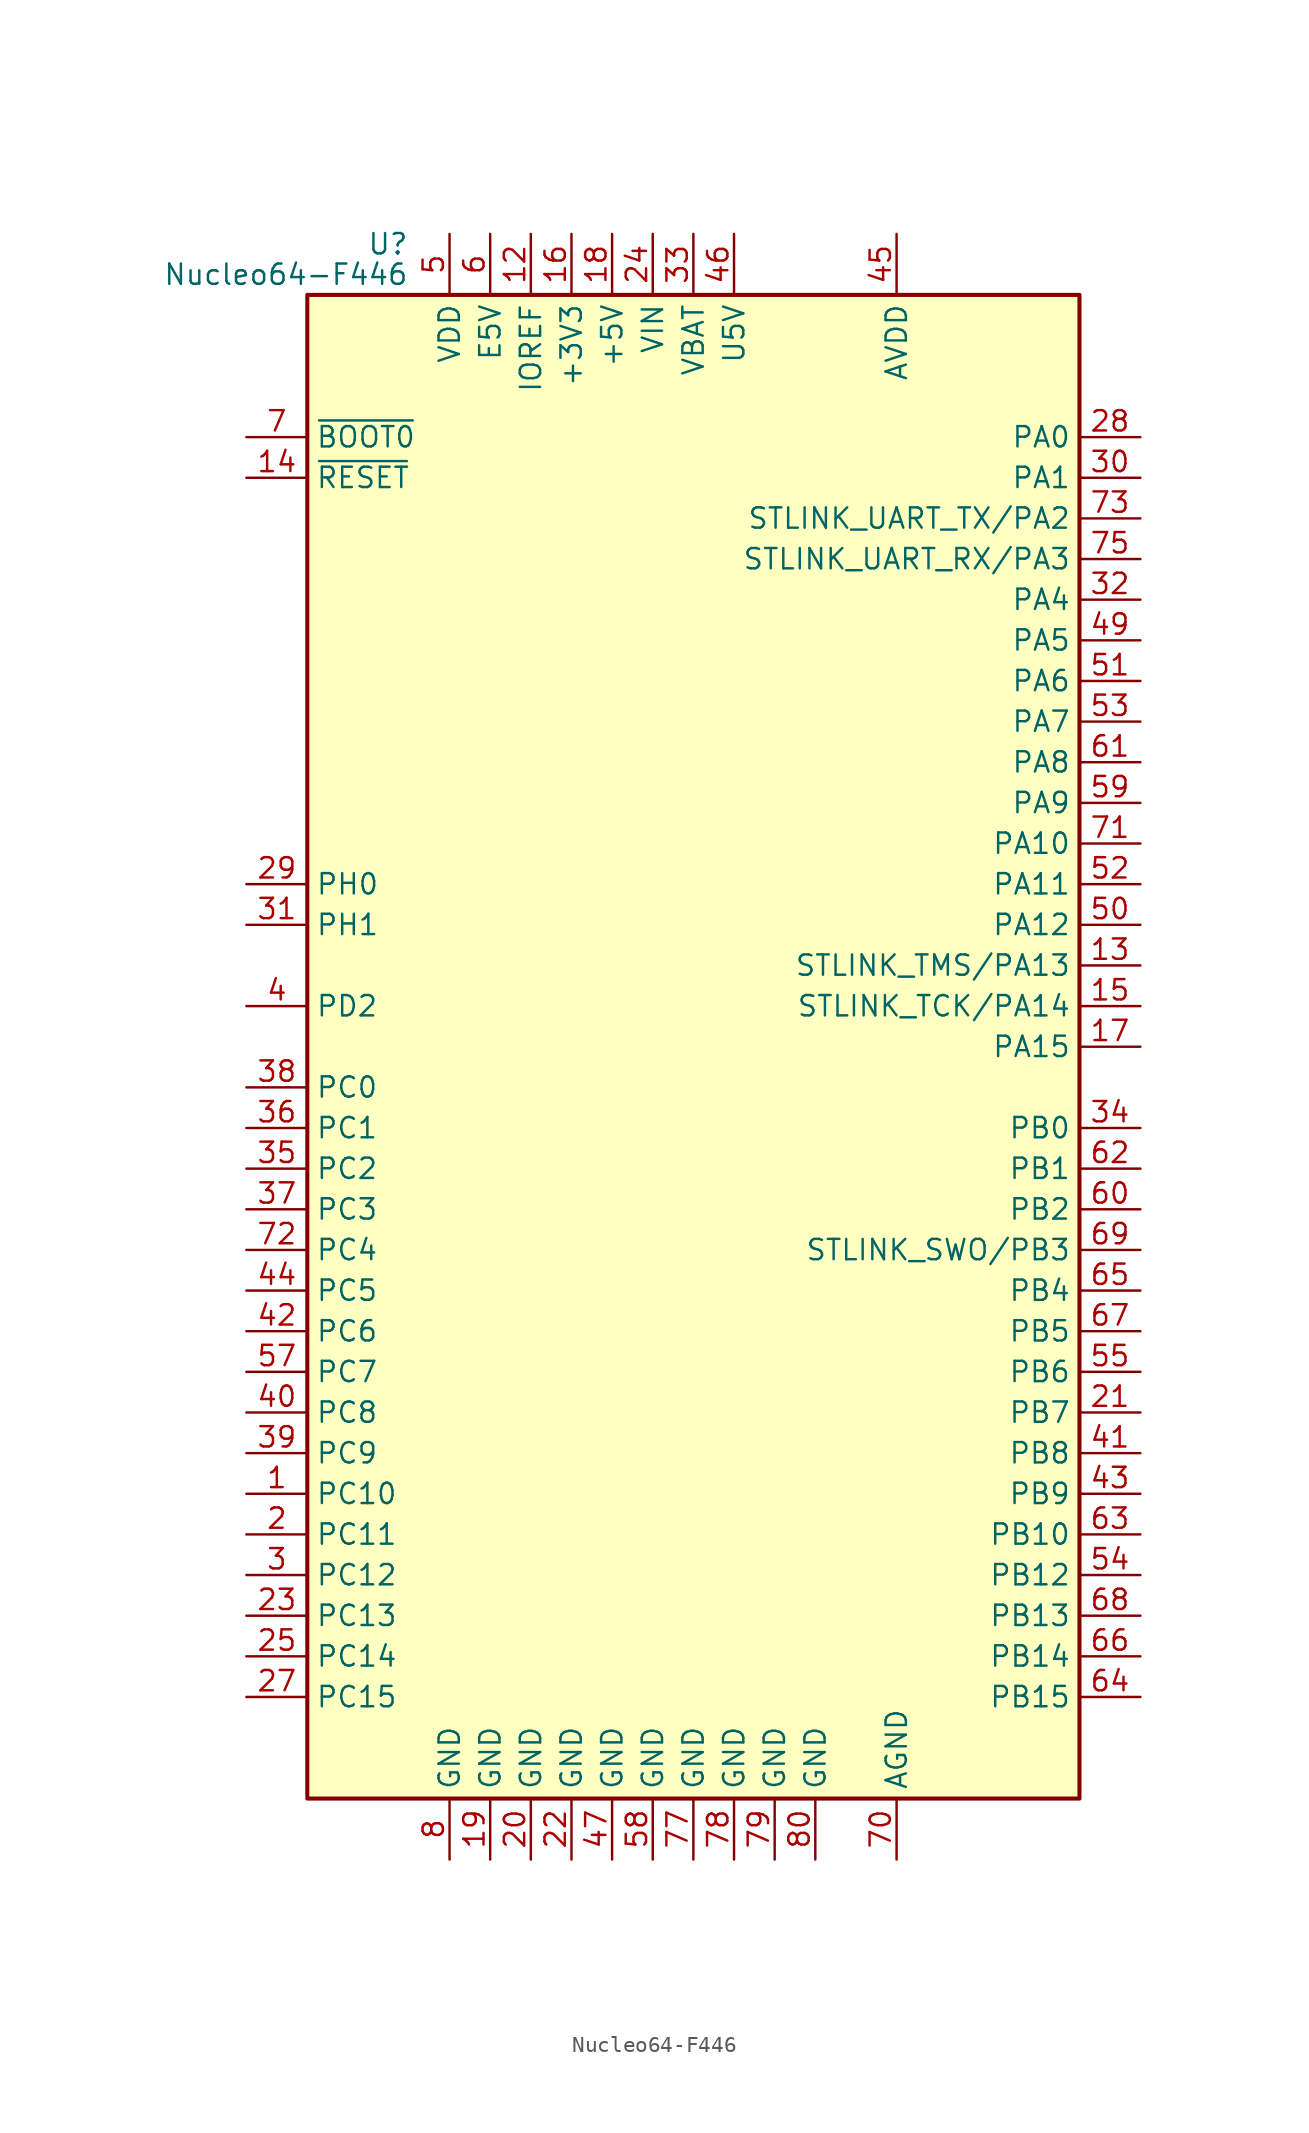
<source format=kicad_sym>
(kicad_symbol_lib
  (version 20211014)
  (generator kicad_symbol_editor)
  (symbol "Nucleo64-F446"
    (property "Reference" "U"
      (at -17.78 50.165 0)
      (effects (font (size 1.27 1.27)) (justify right)))
    (property "Value" "Nucleo64-F446"
      (at -17.78 48.26 0)
      (effects (font (size 1.27 1.27)) (justify right)))
    (symbol "Nucleo64-F446_0_1"
      (rectangle (start -24.13 -46.99) (end 24.13 46.99) (stroke (width 0.254) (type default) (color 0 0 0 0)) (fill (type background))))
    (symbol "Nucleo64-F446_1_1"
      (pin bidirectional line (at -27.94 -27.94 0) (length 3.81) (name "PC10" (effects (font (size 1.27 1.27)))) (number "1" (effects (font (size 1.27 1.27)))))
      (pin no_connect line (at -27.94 20.32 0) (length 3.81) hide (name "NC" (effects (font (size 1.27 1.27)))) (number "10" (effects (font (size 1.27 1.27)))))
      (pin no_connect line (at -27.94 15.24 0) (length 3.81) hide (name "NC" (effects (font (size 1.27 1.27)))) (number "11" (effects (font (size 1.27 1.27)))))
      (pin power_in line (at -10.16 50.8 270) (length 3.81) (name "IOREF" (effects (font (size 1.27 1.27)))) (number "12" (effects (font (size 1.27 1.27)))))
      (pin bidirectional line (at 27.94 5.08 180) (length 3.81) (name "STLINK_TMS/PA13" (effects (font (size 1.27 1.27)))) (number "13" (effects (font (size 1.27 1.27)))))
      (pin input line (at -27.94 35.56 0) (length 3.81) (name "~{RESET}" (effects (font (size 1.27 1.27)))) (number "14" (effects (font (size 1.27 1.27)))))
      (pin bidirectional line (at 27.94 2.54 180) (length 3.81) (name "STLINK_TCK/PA14" (effects (font (size 1.27 1.27)))) (number "15" (effects (font (size 1.27 1.27)))))
      (pin power_in line (at -7.62 50.8 270) (length 3.81) (name "+3V3" (effects (font (size 1.27 1.27)))) (number "16" (effects (font (size 1.27 1.27)))))
      (pin bidirectional line (at 27.94 0 180) (length 3.81) (name "PA15" (effects (font (size 1.27 1.27)))) (number "17" (effects (font (size 1.27 1.27)))))
      (pin power_in line (at -5.08 50.8 270) (length 3.81) (name "+5V" (effects (font (size 1.27 1.27)))) (number "18" (effects (font (size 1.27 1.27)))))
      (pin power_in line (at -12.7 -50.8 90) (length 3.81) (name "GND" (effects (font (size 1.27 1.27)))) (number "19" (effects (font (size 1.27 1.27)))))
      (pin bidirectional line (at -27.94 -30.48 0) (length 3.81) (name "PC11" (effects (font (size 1.27 1.27)))) (number "2" (effects (font (size 1.27 1.27)))))
      (pin power_in line (at -10.16 -50.8 90) (length 3.81) (name "GND" (effects (font (size 1.27 1.27)))) (number "20" (effects (font (size 1.27 1.27)))))
      (pin bidirectional line (at 27.94 -22.86 180) (length 3.81) (name "PB7" (effects (font (size 1.27 1.27)))) (number "21" (effects (font (size 1.27 1.27)))))
      (pin power_in line (at -7.62 -50.8 90) (length 3.81) (name "GND" (effects (font (size 1.27 1.27)))) (number "22" (effects (font (size 1.27 1.27)))))
      (pin bidirectional line (at -27.94 -35.56 0) (length 3.81) (name "PC13" (effects (font (size 1.27 1.27)))) (number "23" (effects (font (size 1.27 1.27)))))
      (pin power_in line (at -2.54 50.8 270) (length 3.81) (name "VIN" (effects (font (size 1.27 1.27)))) (number "24" (effects (font (size 1.27 1.27)))))
      (pin bidirectional line (at -27.94 -38.1 0) (length 3.81) (name "PC14" (effects (font (size 1.27 1.27)))) (number "25" (effects (font (size 1.27 1.27)))))
      (pin no_connect line (at -27.94 22.86 0) (length 3.81) hide (name "NC" (effects (font (size 1.27 1.27)))) (number "26" (effects (font (size 1.27 1.27)))))
      (pin bidirectional line (at -27.94 -40.64 0) (length 3.81) (name "PC15" (effects (font (size 1.27 1.27)))) (number "27" (effects (font (size 1.27 1.27)))))
      (pin bidirectional line (at 27.94 38.1 180) (length 3.81) (name "PA0" (effects (font (size 1.27 1.27)))) (number "28" (effects (font (size 1.27 1.27)))))
      (pin bidirectional line (at -27.94 10.16 0) (length 3.81) (name "PH0" (effects (font (size 1.27 1.27)))) (number "29" (effects (font (size 1.27 1.27)))))
      (pin bidirectional line (at -27.94 -33.02 0) (length 3.81) (name "PC12" (effects (font (size 1.27 1.27)))) (number "3" (effects (font (size 1.27 1.27)))))
      (pin bidirectional line (at 27.94 35.56 180) (length 3.81) (name "PA1" (effects (font (size 1.27 1.27)))) (number "30" (effects (font (size 1.27 1.27)))))
      (pin bidirectional line (at -27.94 7.62 0) (length 3.81) (name "PH1" (effects (font (size 1.27 1.27)))) (number "31" (effects (font (size 1.27 1.27)))))
      (pin bidirectional line (at 27.94 27.94 180) (length 3.81) (name "PA4" (effects (font (size 1.27 1.27)))) (number "32" (effects (font (size 1.27 1.27)))))
      (pin power_in line (at 0 50.8 270) (length 3.81) (name "VBAT" (effects (font (size 1.27 1.27)))) (number "33" (effects (font (size 1.27 1.27)))))
      (pin bidirectional line (at 27.94 -5.08 180) (length 3.81) (name "PB0" (effects (font (size 1.27 1.27)))) (number "34" (effects (font (size 1.27 1.27)))))
      (pin bidirectional line (at -27.94 -7.62 0) (length 3.81) (name "PC2" (effects (font (size 1.27 1.27)))) (number "35" (effects (font (size 1.27 1.27)))))
      (pin bidirectional line (at -27.94 -5.08 0) (length 3.81) (name "PC1" (effects (font (size 1.27 1.27)))) (number "36" (effects (font (size 1.27 1.27)))))
      (pin bidirectional line (at -27.94 -10.16 0) (length 3.81) (name "PC3" (effects (font (size 1.27 1.27)))) (number "37" (effects (font (size 1.27 1.27)))))
      (pin bidirectional line (at -27.94 -2.54 0) (length 3.81) (name "PC0" (effects (font (size 1.27 1.27)))) (number "38" (effects (font (size 1.27 1.27)))))
      (pin bidirectional line (at -27.94 -25.4 0) (length 3.81) (name "PC9" (effects (font (size 1.27 1.27)))) (number "39" (effects (font (size 1.27 1.27)))))
      (pin bidirectional line (at -27.94 2.54 0) (length 3.81) (name "PD2" (effects (font (size 1.27 1.27)))) (number "4" (effects (font (size 1.27 1.27)))))
      (pin bidirectional line (at -27.94 -22.86 0) (length 3.81) (name "PC8" (effects (font (size 1.27 1.27)))) (number "40" (effects (font (size 1.27 1.27)))))
      (pin bidirectional line (at 27.94 -25.4 180) (length 3.81) (name "PB8" (effects (font (size 1.27 1.27)))) (number "41" (effects (font (size 1.27 1.27)))))
      (pin bidirectional line (at -27.94 -17.78 0) (length 3.81) (name "PC6" (effects (font (size 1.27 1.27)))) (number "42" (effects (font (size 1.27 1.27)))))
      (pin bidirectional line (at 27.94 -27.94 180) (length 3.81) (name "PB9" (effects (font (size 1.27 1.27)))) (number "43" (effects (font (size 1.27 1.27)))))
      (pin bidirectional line (at -27.94 -15.24 0) (length 3.81) (name "PC5" (effects (font (size 1.27 1.27)))) (number "44" (effects (font (size 1.27 1.27)))))
      (pin power_in line (at 12.7 50.8 270) (length 3.81) (name "AVDD" (effects (font (size 1.27 1.27)))) (number "45" (effects (font (size 1.27 1.27)))))
      (pin power_in line (at 2.54 50.8 270) (length 3.81) (name "U5V" (effects (font (size 1.27 1.27)))) (number "46" (effects (font (size 1.27 1.27)))))
      (pin power_in line (at -5.08 -50.8 90) (length 3.81) (name "GND" (effects (font (size 1.27 1.27)))) (number "47" (effects (font (size 1.27 1.27)))))
      (pin no_connect line (at -27.94 25.4 0) (length 3.81) hide (name "NC" (effects (font (size 1.27 1.27)))) (number "48" (effects (font (size 1.27 1.27)))))
      (pin bidirectional line (at 27.94 25.4 180) (length 3.81) (name "PA5" (effects (font (size 1.27 1.27)))) (number "49" (effects (font (size 1.27 1.27)))))
      (pin power_in line (at -15.24 50.8 270) (length 3.81) (name "VDD" (effects (font (size 1.27 1.27)))) (number "5" (effects (font (size 1.27 1.27)))))
      (pin bidirectional line (at 27.94 7.62 180) (length 3.81) (name "PA12" (effects (font (size 1.27 1.27)))) (number "50" (effects (font (size 1.27 1.27)))))
      (pin bidirectional line (at 27.94 22.86 180) (length 3.81) (name "PA6" (effects (font (size 1.27 1.27)))) (number "51" (effects (font (size 1.27 1.27)))))
      (pin bidirectional line (at 27.94 10.16 180) (length 3.81) (name "PA11" (effects (font (size 1.27 1.27)))) (number "52" (effects (font (size 1.27 1.27)))))
      (pin bidirectional line (at 27.94 20.32 180) (length 3.81) (name "PA7" (effects (font (size 1.27 1.27)))) (number "53" (effects (font (size 1.27 1.27)))))
      (pin bidirectional line (at 27.94 -33.02 180) (length 3.81) (name "PB12" (effects (font (size 1.27 1.27)))) (number "54" (effects (font (size 1.27 1.27)))))
      (pin bidirectional line (at 27.94 -20.32 180) (length 3.81) (name "PB6" (effects (font (size 1.27 1.27)))) (number "55" (effects (font (size 1.27 1.27)))))
      (pin no_connect line (at -27.94 33.02 0) (length 3.81) hide (name "NC" (effects (font (size 1.27 1.27)))) (number "56" (effects (font (size 1.27 1.27)))))
      (pin bidirectional line (at -27.94 -20.32 0) (length 3.81) (name "PC7" (effects (font (size 1.27 1.27)))) (number "57" (effects (font (size 1.27 1.27)))))
      (pin power_in line (at -2.54 -50.8 90) (length 3.81) (name "GND" (effects (font (size 1.27 1.27)))) (number "58" (effects (font (size 1.27 1.27)))))
      (pin bidirectional line (at 27.94 15.24 180) (length 3.81) (name "PA9" (effects (font (size 1.27 1.27)))) (number "59" (effects (font (size 1.27 1.27)))))
      (pin power_in line (at -12.7 50.8 270) (length 3.81) (name "E5V" (effects (font (size 1.27 1.27)))) (number "6" (effects (font (size 1.27 1.27)))))
      (pin bidirectional line (at 27.94 -10.16 180) (length 3.81) (name "PB2" (effects (font (size 1.27 1.27)))) (number "60" (effects (font (size 1.27 1.27)))))
      (pin bidirectional line (at 27.94 17.78 180) (length 3.81) (name "PA8" (effects (font (size 1.27 1.27)))) (number "61" (effects (font (size 1.27 1.27)))))
      (pin bidirectional line (at 27.94 -7.62 180) (length 3.81) (name "PB1" (effects (font (size 1.27 1.27)))) (number "62" (effects (font (size 1.27 1.27)))))
      (pin bidirectional line (at 27.94 -30.48 180) (length 3.81) (name "PB10" (effects (font (size 1.27 1.27)))) (number "63" (effects (font (size 1.27 1.27)))))
      (pin bidirectional line (at 27.94 -40.64 180) (length 3.81) (name "PB15" (effects (font (size 1.27 1.27)))) (number "64" (effects (font (size 1.27 1.27)))))
      (pin bidirectional line (at 27.94 -15.24 180) (length 3.81) (name "PB4" (effects (font (size 1.27 1.27)))) (number "65" (effects (font (size 1.27 1.27)))))
      (pin bidirectional line (at 27.94 -38.1 180) (length 3.81) (name "PB14" (effects (font (size 1.27 1.27)))) (number "66" (effects (font (size 1.27 1.27)))))
      (pin bidirectional line (at 27.94 -17.78 180) (length 3.81) (name "PB5" (effects (font (size 1.27 1.27)))) (number "67" (effects (font (size 1.27 1.27)))))
      (pin bidirectional line (at 27.94 -35.56 180) (length 3.81) (name "PB13" (effects (font (size 1.27 1.27)))) (number "68" (effects (font (size 1.27 1.27)))))
      (pin bidirectional line (at 27.94 -12.7 180) (length 3.81) (name "STLINK_SWO/PB3" (effects (font (size 1.27 1.27)))) (number "69" (effects (font (size 1.27 1.27)))))
      (pin input line (at -27.94 38.1 0) (length 3.81) (name "~{BOOT0}" (effects (font (size 1.27 1.27)))) (number "7" (effects (font (size 1.27 1.27)))))
      (pin power_in line (at 12.7 -50.8 90) (length 3.81) (name "AGND" (effects (font (size 1.27 1.27)))) (number "70" (effects (font (size 1.27 1.27)))))
      (pin bidirectional line (at 27.94 12.7 180) (length 3.81) (name "PA10" (effects (font (size 1.27 1.27)))) (number "71" (effects (font (size 1.27 1.27)))))
      (pin bidirectional line (at -27.94 -12.7 0) (length 3.81) (name "PC4" (effects (font (size 1.27 1.27)))) (number "72" (effects (font (size 1.27 1.27)))))
      (pin bidirectional line (at 27.94 33.02 180) (length 3.81) (name "STLINK_UART_TX/PA2" (effects (font (size 1.27 1.27)))) (number "73" (effects (font (size 1.27 1.27)))))
      (pin no_connect line (at -27.94 30.48 0) (length 3.81) hide (name "NC" (effects (font (size 1.27 1.27)))) (number "74" (effects (font (size 1.27 1.27)))))
      (pin bidirectional line (at 27.94 30.48 180) (length 3.81) (name "STLINK_UART_RX/PA3" (effects (font (size 1.27 1.27)))) (number "75" (effects (font (size 1.27 1.27)))))
      (pin no_connect line (at -27.94 27.94 0) (length 3.81) hide (name "NC" (effects (font (size 1.27 1.27)))) (number "76" (effects (font (size 1.27 1.27)))))
      (pin power_in line (at 0 -50.8 90) (length 3.81) (name "GND" (effects (font (size 1.27 1.27)))) (number "77" (effects (font (size 1.27 1.27)))))
      (pin power_in line (at 2.54 -50.8 90) (length 3.81) (name "GND" (effects (font (size 1.27 1.27)))) (number "78" (effects (font (size 1.27 1.27)))))
      (pin power_in line (at 5.08 -50.8 90) (length 3.81) (name "GND" (effects (font (size 1.27 1.27)))) (number "79" (effects (font (size 1.27 1.27)))))
      (pin power_in line (at -15.24 -50.8 90) (length 3.81) (name "GND" (effects (font (size 1.27 1.27)))) (number "8" (effects (font (size 1.27 1.27)))))
      (pin power_in line (at 7.62 -50.8 90) (length 3.81) (name "GND" (effects (font (size 1.27 1.27)))) (number "80" (effects (font (size 1.27 1.27)))))
      (pin no_connect line (at -27.94 17.78 0) (length 3.81) hide (name "NC" (effects (font (size 1.27 1.27)))) (number "9" (effects (font (size 1.27 1.27))))))))
</source>
